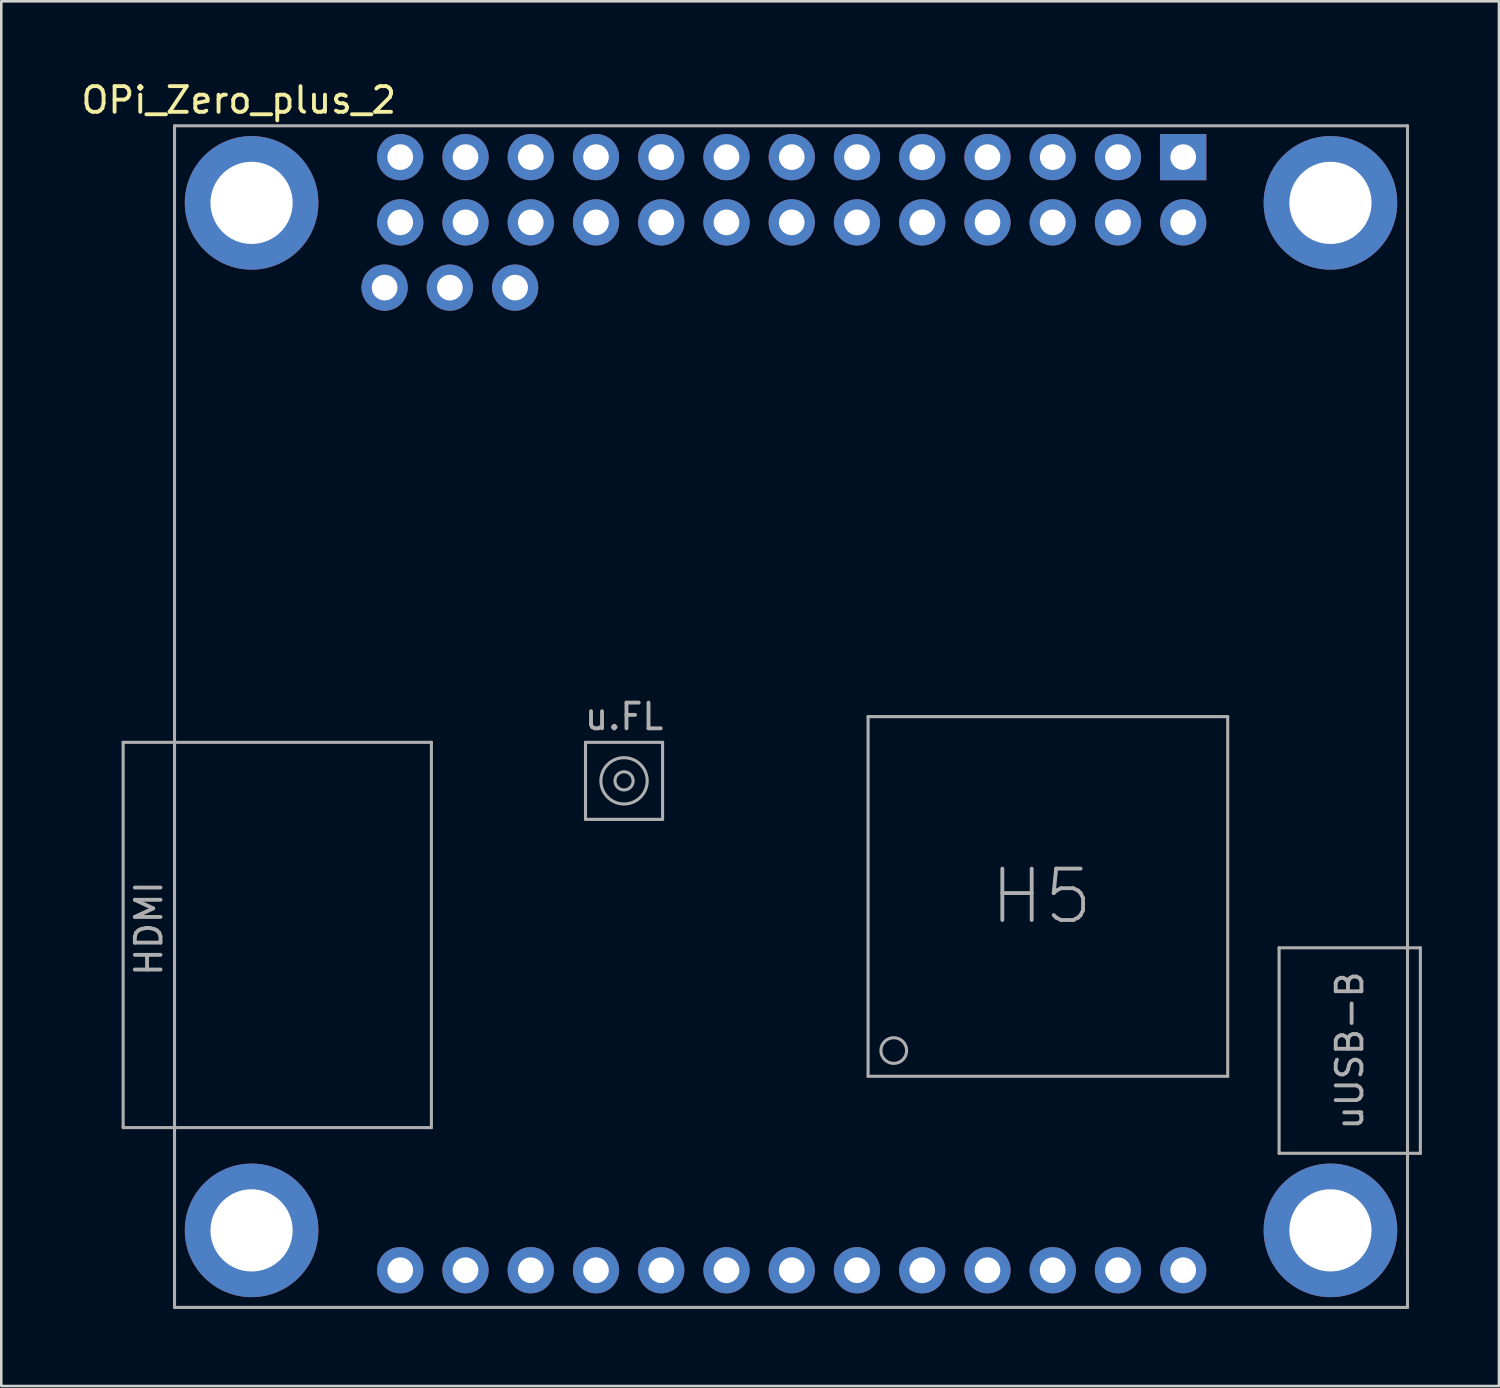
<source format=kicad_pcb>
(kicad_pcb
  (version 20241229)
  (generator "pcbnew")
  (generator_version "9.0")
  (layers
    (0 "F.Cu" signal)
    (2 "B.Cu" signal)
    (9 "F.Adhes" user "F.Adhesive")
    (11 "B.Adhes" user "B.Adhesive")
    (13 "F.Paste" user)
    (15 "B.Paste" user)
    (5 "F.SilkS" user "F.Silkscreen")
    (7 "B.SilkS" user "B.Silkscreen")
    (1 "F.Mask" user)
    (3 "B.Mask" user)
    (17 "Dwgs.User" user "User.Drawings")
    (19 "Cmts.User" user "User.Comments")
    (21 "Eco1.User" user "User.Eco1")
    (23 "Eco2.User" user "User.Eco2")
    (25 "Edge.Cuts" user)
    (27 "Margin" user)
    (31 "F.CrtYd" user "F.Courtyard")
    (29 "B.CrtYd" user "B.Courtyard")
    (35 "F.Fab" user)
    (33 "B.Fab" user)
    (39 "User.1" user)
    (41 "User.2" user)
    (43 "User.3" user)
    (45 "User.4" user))
  (footprint "OPi_Zero_plus_2"
    (layer "F.Cu")
    (at 3.744 1.848)
    (property "Reference" "OPi_Zero_plus_2" (at 2.5 -1 0) (layer "F.SilkS") (effects (font (size 1 1) (thickness 0.15))))
    (attr through_hole)
    (fp_line (start -2 39) (end -2 24) (stroke (width 0.12) (type solid)) (layer "F.Fab"))
    (fp_line (start 0 0) (end 48 0) (stroke (width 0.12) (type solid)) (layer "F.Fab"))
    (fp_line (start 0 46) (end 0 0) (stroke (width 0.12) (type solid)) (layer "F.Fab"))
    (fp_line (start 10 24) (end -2 24) (stroke (width 0.12) (type solid)) (layer "F.Fab"))
    (fp_line (start 10 39) (end -2 39) (stroke (width 0.12) (type solid)) (layer "F.Fab"))
    (fp_line (start 10 39) (end 10 24) (stroke (width 0.12) (type solid)) (layer "F.Fab"))
    (fp_line (start 16 24) (end 16 27) (stroke (width 0.12) (type solid)) (layer "F.Fab"))
    (fp_line (start 16 27) (end 19 27) (stroke (width 0.12) (type solid)) (layer "F.Fab"))
    (fp_line (start 19 24) (end 16 24) (stroke (width 0.12) (type solid)) (layer "F.Fab"))
    (fp_line (start 19 27) (end 19 24) (stroke (width 0.12) (type solid)) (layer "F.Fab"))
    (fp_line (start 27 23) (end 27 37) (stroke (width 0.12) (type solid)) (layer "F.Fab"))
    (fp_line (start 27 37) (end 41 37) (stroke (width 0.12) (type solid)) (layer "F.Fab"))
    (fp_line (start 41 23) (end 27 23) (stroke (width 0.12) (type solid)) (layer "F.Fab"))
    (fp_line (start 41 37) (end 41 23) (stroke (width 0.12) (type solid)) (layer "F.Fab"))
    (fp_line (start 43 32) (end 43 40) (stroke (width 0.12) (type solid)) (layer "F.Fab"))
    (fp_line (start 43 40) (end 48 40) (stroke (width 0.12) (type solid)) (layer "F.Fab"))
    (fp_line (start 48 0) (end 48 46) (stroke (width 0.12) (type solid)) (layer "F.Fab"))
    (fp_line (start 48 32) (end 43 32) (stroke (width 0.12) (type solid)) (layer "F.Fab"))
    (fp_line (start 48 46) (end 0 46) (stroke (width 0.12) (type solid)) (layer "F.Fab"))
    (fp_line (start 48.5 32) (end 48 32) (stroke (width 0.12) (type solid)) (layer "F.Fab"))
    (fp_line (start 48.5 32) (end 48.5 40) (stroke (width 0.12) (type solid)) (layer "F.Fab"))
    (fp_line (start 48.5 40) (end 48 40) (stroke (width 0.12) (type solid)) (layer "F.Fab"))
    (fp_circle (center 17.5 25.5) (end 17.75 25.25) (stroke (width 0.12) (type solid)) (fill no) (layer "F.Fab"))
    (fp_circle (center 17.5 25.5) (end 18 24.75) (stroke (width 0.12) (type solid)) (fill no) (layer "F.Fab"))
    (fp_circle (center 28 36) (end 28 35.5) (stroke (width 0.12) (type solid)) (fill no) (layer "F.Fab"))
    (fp_text user "HDMI" (at -1 31.25 90) (layer "F.Fab") (effects (font (size 1 1) (thickness 0.15))))
    (fp_text user "uUSB-B" (at 45.75 36 90) (layer "F.Fab") (effects (font (size 1 1) (thickness 0.15))))
    (fp_text user "H5" (at 33.75 30 0) (layer "F.Fab") (effects (font (size 2 2) (thickness 0.15))))
    (fp_text user "u.FL" (at 17.5 23 0) (layer "F.Fab") (effects (font (size 1 1) (thickness 0.15))))
    (pad "1" thru_hole rect (at 39.268 1.219) (size 1.8 1.8) (drill 1) (layers "*.Cu" "*.Mask"))
    (pad "2" thru_hole circle (at 39.268 3.759) (size 1.8 1.8) (drill 1) (layers "*.Cu" "*.Mask"))
    (pad "3" thru_hole circle (at 36.728 1.219) (size 1.8 1.8) (drill 1) (layers "*.Cu" "*.Mask"))
    (pad "4" thru_hole circle (at 36.728 3.759) (size 1.8 1.8) (drill 1) (layers "*.Cu" "*.Mask"))
    (pad "5" thru_hole circle (at 34.188 1.219) (size 1.8 1.8) (drill 1) (layers "*.Cu" "*.Mask"))
    (pad "6" thru_hole circle (at 34.188 3.759) (size 1.8 1.8) (drill 1) (layers "*.Cu" "*.Mask"))
    (pad "7" thru_hole circle (at 31.648 1.219) (size 1.8 1.8) (drill 1) (layers "*.Cu" "*.Mask"))
    (pad "8" thru_hole circle (at 31.648 3.759) (size 1.8 1.8) (drill 1) (layers "*.Cu" "*.Mask"))
    (pad "9" thru_hole circle (at 29.108 1.219) (size 1.8 1.8) (drill 1) (layers "*.Cu" "*.Mask"))
    (pad "10" thru_hole circle (at 29.108 3.759) (size 1.8 1.8) (drill 1) (layers "*.Cu" "*.Mask"))
    (pad "11" thru_hole circle (at 26.568 1.219) (size 1.8 1.8) (drill 1) (layers "*.Cu" "*.Mask"))
    (pad "12" thru_hole circle (at 26.568 3.759) (size 1.8 1.8) (drill 1) (layers "*.Cu" "*.Mask"))
    (pad "13" thru_hole circle (at 24.028 1.219) (size 1.8 1.8) (drill 1) (layers "*.Cu" "*.Mask"))
    (pad "14" thru_hole circle (at 24.028 3.759) (size 1.8 1.8) (drill 1) (layers "*.Cu" "*.Mask"))
    (pad "15" thru_hole circle (at 21.488 1.219) (size 1.8 1.8) (drill 1) (layers "*.Cu" "*.Mask"))
    (pad "16" thru_hole circle (at 21.488 3.759) (size 1.8 1.8) (drill 1) (layers "*.Cu" "*.Mask"))
    (pad "17" thru_hole circle (at 18.948 1.219) (size 1.8 1.8) (drill 1) (layers "*.Cu" "*.Mask"))
    (pad "18" thru_hole circle (at 18.948 3.759) (size 1.8 1.8) (drill 1) (layers "*.Cu" "*.Mask"))
    (pad "19" thru_hole circle (at 16.408 1.219) (size 1.8 1.8) (drill 1) (layers "*.Cu" "*.Mask"))
    (pad "20" thru_hole circle (at 16.408 3.759) (size 1.8 1.8) (drill 1) (layers "*.Cu" "*.Mask"))
    (pad "21" thru_hole circle (at 13.868 1.219) (size 1.8 1.8) (drill 1) (layers "*.Cu" "*.Mask"))
    (pad "22" thru_hole circle (at 13.868 3.759) (size 1.8 1.8) (drill 1) (layers "*.Cu" "*.Mask"))
    (pad "23" thru_hole circle (at 11.328 1.219) (size 1.8 1.8) (drill 1) (layers "*.Cu" "*.Mask"))
    (pad "24" thru_hole circle (at 11.328 3.759) (size 1.8 1.8) (drill 1) (layers "*.Cu" "*.Mask"))
    (pad "25" thru_hole circle (at 8.788 1.219) (size 1.8 1.8) (drill 1) (layers "*.Cu" "*.Mask"))
    (pad "26" thru_hole circle (at 8.788 3.759) (size 1.8 1.8) (drill 1) (layers "*.Cu" "*.Mask"))
    (pad "E1" thru_hole circle (at 8.788 44.552) (size 1.8 1.8) (drill 1) (layers "*.Cu" "*.Mask"))
    (pad "E2" thru_hole circle (at 11.328 44.552) (size 1.8 1.8) (drill 1) (layers "*.Cu" "*.Mask"))
    (pad "E3" thru_hole circle (at 13.868 44.552) (size 1.8 1.8) (drill 1) (layers "*.Cu" "*.Mask"))
    (pad "E4" thru_hole circle (at 16.408 44.552) (size 1.8 1.8) (drill 1) (layers "*.Cu" "*.Mask"))
    (pad "E5" thru_hole circle (at 18.948 44.552) (size 1.8 1.8) (drill 1) (layers "*.Cu" "*.Mask"))
    (pad "E6" thru_hole circle (at 21.488 44.552) (size 1.8 1.8) (drill 1) (layers "*.Cu" "*.Mask"))
    (pad "E7" thru_hole circle (at 24.028 44.552) (size 1.8 1.8) (drill 1) (layers "*.Cu" "*.Mask"))
    (pad "E8" thru_hole circle (at 26.568 44.552) (size 1.8 1.8) (drill 1) (layers "*.Cu" "*.Mask"))
    (pad "E9" thru_hole circle (at 29.108 44.552) (size 1.8 1.8) (drill 1) (layers "*.Cu" "*.Mask"))
    (pad "E10" thru_hole circle (at 31.648 44.552) (size 1.8 1.8) (drill 1) (layers "*.Cu" "*.Mask"))
    (pad "E11" thru_hole circle (at 34.188 44.552) (size 1.8 1.8) (drill 1) (layers "*.Cu" "*.Mask"))
    (pad "E12" thru_hole circle (at 36.728 44.552) (size 1.8 1.8) (drill 1) (layers "*.Cu" "*.Mask"))
    (pad "E13" thru_hole circle (at 39.268 44.552) (size 1.8 1.8) (drill 1) (layers "*.Cu" "*.Mask"))
    (pad "M" thru_hole circle (at 3 3) (size 5.2 5.2) (drill 3.2) (layers "*.Cu" "*.Mask"))
    (pad "M" thru_hole circle (at 3 43) (size 5.2 5.2) (drill 3.2) (layers "*.Cu" "*.Mask"))
    (pad "M" thru_hole circle (at 45 3) (size 5.2 5.2) (drill 3.2) (layers "*.Cu" "*.Mask"))
    (pad "M" thru_hole circle (at 45 43) (size 5.2 5.2) (drill 3.2) (layers "*.Cu" "*.Mask"))
    (pad "U1" thru_hole circle (at 8.179 6.299) (size 1.8 1.8) (drill 1) (layers "*.Cu" "*.Mask"))
    (pad "U2" thru_hole circle (at 10.719 6.299) (size 1.8 1.8) (drill 1) (layers "*.Cu" "*.Mask"))
    (pad "U3" thru_hole circle (at 13.259 6.299) (size 1.8 1.8) (drill 1) (layers "*.Cu" "*.Mask")))
  (gr_rect
    (start -3 -3)
    (end 55.304 50.908)
    (stroke (width 0.1) (type default))
    (fill no)
    (layer "Edge.Cuts")))
</source>
